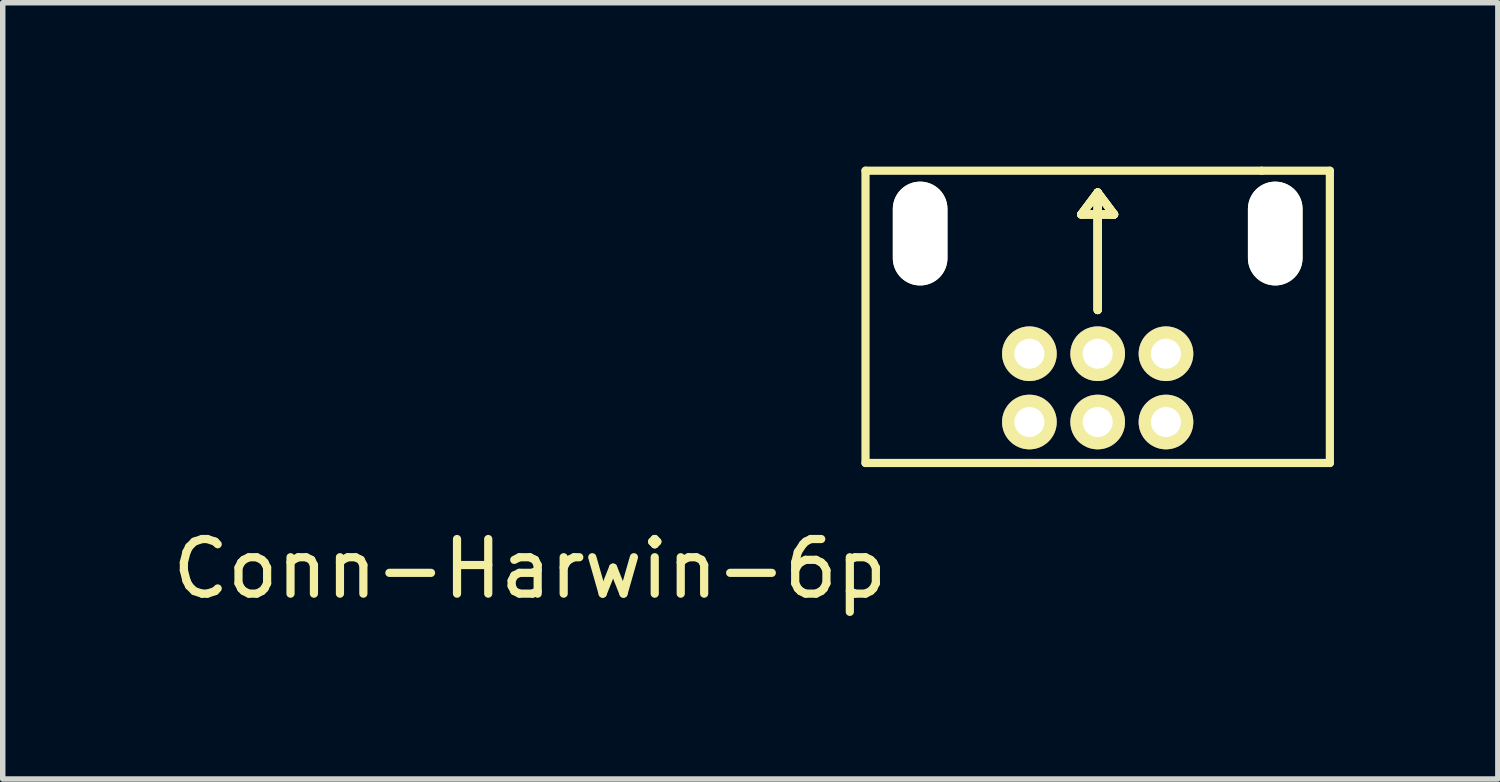
<source format=kicad_pcb>
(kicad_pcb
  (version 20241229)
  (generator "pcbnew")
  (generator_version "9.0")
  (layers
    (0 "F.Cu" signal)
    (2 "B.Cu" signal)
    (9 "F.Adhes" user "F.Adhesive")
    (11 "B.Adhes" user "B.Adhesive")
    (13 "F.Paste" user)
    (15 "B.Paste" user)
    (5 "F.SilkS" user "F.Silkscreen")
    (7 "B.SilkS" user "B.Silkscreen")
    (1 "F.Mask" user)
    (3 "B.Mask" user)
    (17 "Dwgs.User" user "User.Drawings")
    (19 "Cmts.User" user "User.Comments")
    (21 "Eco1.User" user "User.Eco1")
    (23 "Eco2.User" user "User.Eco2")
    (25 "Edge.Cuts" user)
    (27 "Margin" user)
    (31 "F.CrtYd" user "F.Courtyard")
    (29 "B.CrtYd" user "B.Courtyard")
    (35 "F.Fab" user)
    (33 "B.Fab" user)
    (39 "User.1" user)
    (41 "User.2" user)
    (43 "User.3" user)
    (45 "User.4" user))
  (footprint "Conn-Harwin-6p"
    (layer "F.Cu")
    (at 15.793 3.425)
    (property "Reference" "Conn-Harwin-6p" (at -9.144 3.937 0) (layer "F.SilkS") (effects (font (size 1 1) (thickness 0.15))))
    (attr through_hole)
    (fp_line (start -3 -3.35) (end 4.25 -3.35) (stroke (width 0.15) (type solid)) (layer "F.SilkS"))
    (fp_line (start -3 2) (end -3 -3.35) (stroke (width 0.15) (type solid)) (layer "F.SilkS"))
    (fp_line (start 0 2) (end -3 2) (stroke (width 0.15) (type solid)) (layer "F.SilkS"))
    (fp_line (start 0.95 -2.55) (end 1.5 -2.55) (stroke (width 0.15) (type solid)) (layer "F.SilkS"))
    (fp_line (start 0.95 -2.55) (end 1.5 -2.55) (stroke (width 0.15) (type solid)) (layer "F.SilkS"))
    (fp_line (start 0.95 -2.55) (end 1.5 -2.55) (stroke (width 0.15) (type solid)) (layer "F.SilkS"))
    (fp_line (start 0.95 -2.55) (end 1.5 -2.55) (stroke (width 0.15) (type solid)) (layer "F.SilkS"))
    (fp_line (start 1.25 -2.95) (end 0.95 -2.55) (stroke (width 0.15) (type solid)) (layer "F.SilkS"))
    (fp_line (start 1.25 -2.95) (end 0.95 -2.55) (stroke (width 0.15) (type solid)) (layer "F.SilkS"))
    (fp_line (start 1.25 -2.95) (end 0.95 -2.55) (stroke (width 0.15) (type solid)) (layer "F.SilkS"))
    (fp_line (start 1.25 -2.95) (end 0.95 -2.55) (stroke (width 0.15) (type solid)) (layer "F.SilkS"))
    (fp_line (start 1.25 -0.8) (end 1.25 -2.95) (stroke (width 0.15) (type solid)) (layer "F.SilkS"))
    (fp_line (start 1.25 -0.8) (end 1.25 -2.95) (stroke (width 0.15) (type solid)) (layer "F.SilkS"))
    (fp_line (start 1.25 -0.8) (end 1.25 -2.95) (stroke (width 0.15) (type solid)) (layer "F.SilkS"))
    (fp_line (start 1.25 -0.8) (end 1.25 -2.95) (stroke (width 0.15) (type solid)) (layer "F.SilkS"))
    (fp_line (start 1.5 -2.55) (end 1.55 -2.55) (stroke (width 0.15) (type solid)) (layer "F.SilkS"))
    (fp_line (start 1.5 -2.55) (end 1.55 -2.55) (stroke (width 0.15) (type solid)) (layer "F.SilkS"))
    (fp_line (start 1.5 -2.55) (end 1.55 -2.55) (stroke (width 0.15) (type solid)) (layer "F.SilkS"))
    (fp_line (start 1.5 -2.55) (end 1.55 -2.55) (stroke (width 0.15) (type solid)) (layer "F.SilkS"))
    (fp_line (start 1.55 -2.55) (end 1.25 -2.95) (stroke (width 0.15) (type solid)) (layer "F.SilkS"))
    (fp_line (start 1.55 -2.55) (end 1.25 -2.95) (stroke (width 0.15) (type solid)) (layer "F.SilkS"))
    (fp_line (start 1.55 -2.55) (end 1.25 -2.95) (stroke (width 0.15) (type solid)) (layer "F.SilkS"))
    (fp_line (start 1.55 -2.55) (end 1.25 -2.95) (stroke (width 0.15) (type solid)) (layer "F.SilkS"))
    (fp_line (start 2.5 2) (end 0 2) (stroke (width 0.15) (type solid)) (layer "F.SilkS"))
    (fp_line (start 2.5 2) (end 5.5 2) (stroke (width 0.15) (type solid)) (layer "F.SilkS"))
    (fp_line (start 5.5 -3.35) (end 4.25 -3.35) (stroke (width 0.15) (type solid)) (layer "F.SilkS"))
    (fp_line (start 5.5 2) (end 5.5 -3.35) (stroke (width 0.15) (type solid)) (layer "F.SilkS"))
    (pad "" np_thru_hole oval (at -2 -2.2) (size 1 1.9) (drill oval 1 1.9) (layers "*.Cu" "*.Mask" "F.SilkS"))
    (pad "" np_thru_hole oval (at 4.5 -2.2) (size 1 1.9) (drill oval 1 1.9) (layers "*.Cu" "*.Mask" "F.SilkS"))
    (pad "1" thru_hole circle (at 0 0) (size 1 1) (drill 0.55) (layers "*.Cu" "*.Mask" "F.SilkS"))
    (pad "2" thru_hole circle (at 1.25 0) (size 1 1) (drill 0.55) (layers "*.Cu" "*.Mask" "F.SilkS"))
    (pad "3" thru_hole circle (at 2.5 0) (size 1 1) (drill 0.55) (layers "*.Cu" "*.Mask" "F.SilkS"))
    (pad "4" thru_hole circle (at 0 1.25) (size 1 1) (drill 0.55) (layers "*.Cu" "*.Mask" "F.SilkS"))
    (pad "5" thru_hole circle (at 1.25 1.25) (size 1 1) (drill 0.55) (layers "*.Cu" "*.Mask" "F.SilkS"))
    (pad "6" thru_hole circle (at 2.5 1.25) (size 1 1) (drill 0.55) (layers "*.Cu" "*.Mask" "F.SilkS")))
  (gr_rect
    (start -3 -3)
    (end 24.368 11.21)
    (stroke (width 0.1) (type default))
    (fill no)
    (layer "Edge.Cuts")))
</source>
